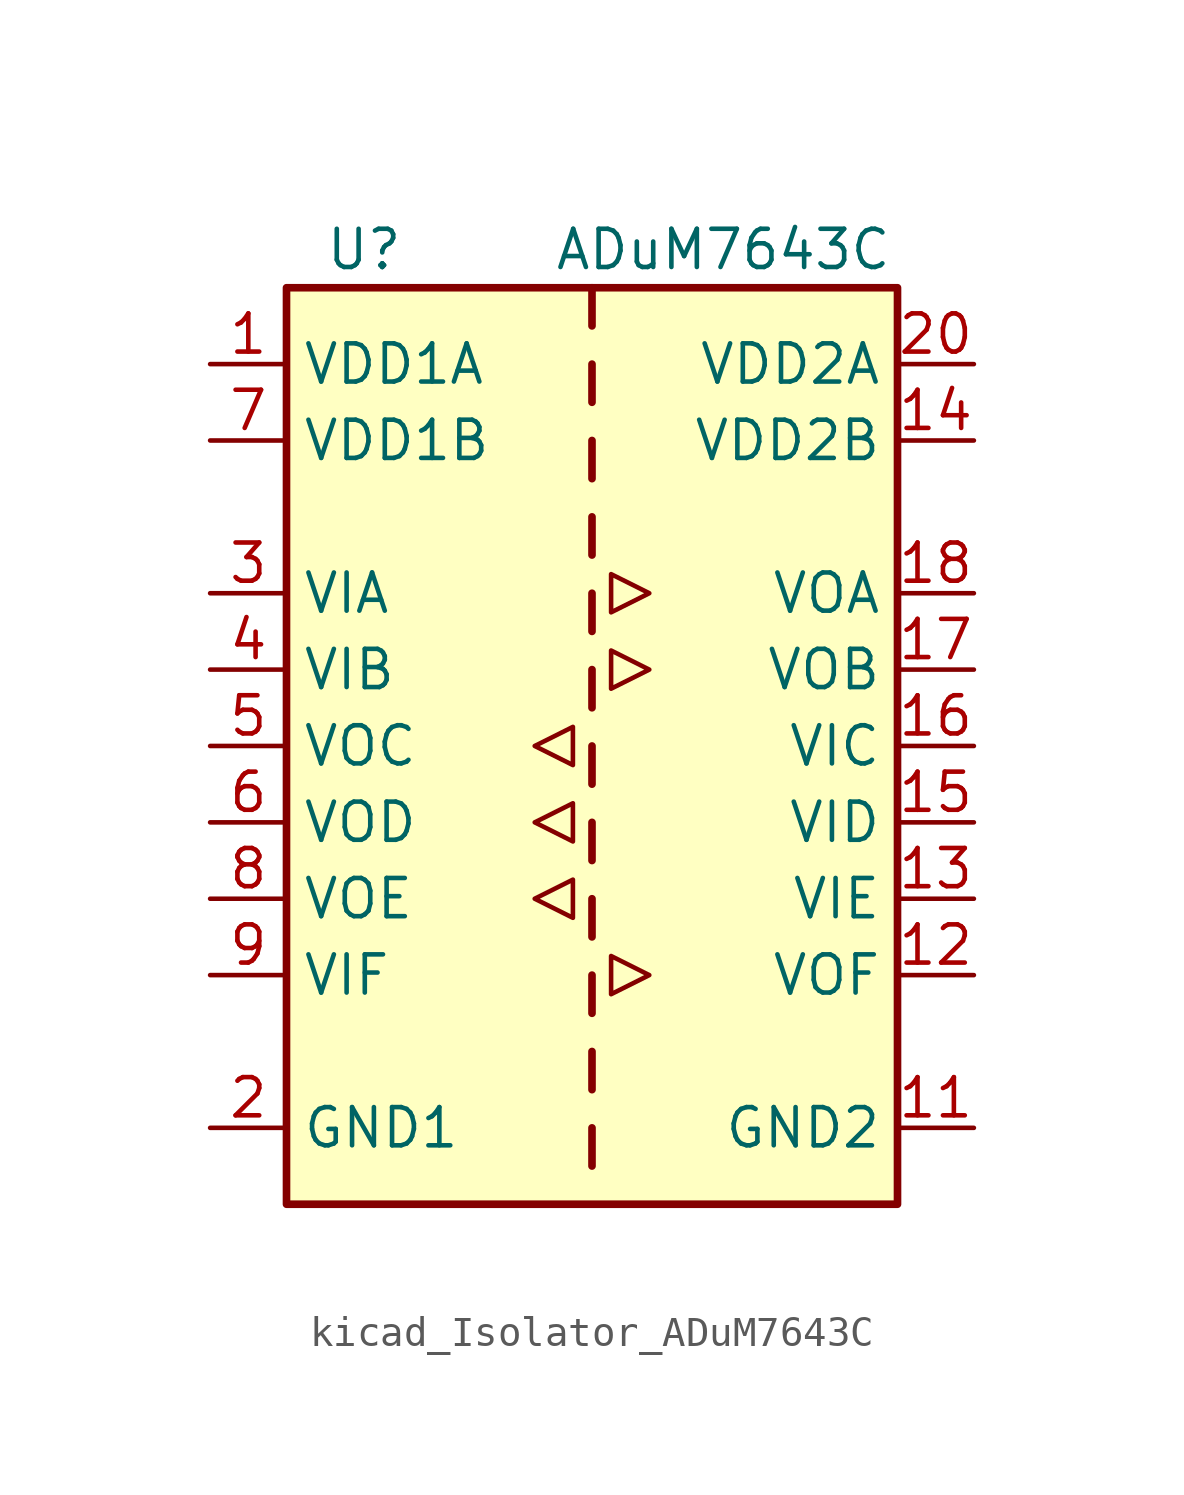
<source format=kicad_sym>
(kicad_symbol_lib
  (version 20220914)
  (generator kicad_symbol_editor)
  (symbol "kicad_Isolator_ADuM7643C"
    (property "Reference" "U"
      (at -8.89 16.51 0)
      (effects (font (size 1.27 1.27)) (justify left)))
    (property "Value" "ADuM7643C"
      (at -1.27 16.51 0)
      (effects (font (size 1.27 1.27)) (justify left)))
    (symbol "kicad_Isolator_ADuM7643C_0_1"
      (polyline (pts (xy -1.905 -5.08) (xy -0.635 -5.715) (xy -0.635 -4.445) (xy -1.905 -5.08)) (stroke (width 0) (type default)) (fill (type none)))
      (polyline (pts (xy -1.905 -2.54) (xy -0.635 -3.175) (xy -0.635 -1.905) (xy -1.905 -2.54)) (stroke (width 0) (type default)) (fill (type none)))
      (polyline (pts (xy -1.905 0) (xy -0.635 -0.635) (xy -0.635 0.635) (xy -1.905 0)) (stroke (width 0) (type default)) (fill (type none)))
      (polyline (pts (xy 0.635 -6.985) (xy 0.635 -8.255) (xy 1.905 -7.62) (xy 0.635 -6.985)) (stroke (width 0) (type default)) (fill (type none)))
      (polyline (pts (xy 0.635 3.175) (xy 0.635 1.905) (xy 1.905 2.54) (xy 0.635 3.175)) (stroke (width 0) (type default)) (fill (type none)))
      (polyline (pts (xy 0.635 5.715) (xy 0.635 4.445) (xy 1.905 5.08) (xy 0.635 5.715)) (stroke (width 0) (type default)) (fill (type none))))
    (symbol "kicad_Isolator_ADuM7643C_1_1"
      (rectangle (start -10.16 15.24) (end 10.16 -15.24) (stroke (width 0.254) (type default)) (fill (type background)))
      (polyline (pts (xy 0 -12.7) (xy 0 -13.97)) (stroke (width 0.254) (type default)) (fill (type none)))
      (polyline (pts (xy 0 -10.16) (xy 0 -11.43)) (stroke (width 0.254) (type default)) (fill (type none)))
      (polyline (pts (xy 0 -7.62) (xy 0 -8.89)) (stroke (width 0.254) (type default)) (fill (type none)))
      (polyline (pts (xy 0 -5.08) (xy 0 -6.35)) (stroke (width 0.254) (type default)) (fill (type none)))
      (polyline (pts (xy 0 -2.54) (xy 0 -3.81)) (stroke (width 0.254) (type default)) (fill (type none)))
      (polyline (pts (xy 0 0) (xy 0 -1.27)) (stroke (width 0.254) (type default)) (fill (type none)))
      (polyline (pts (xy 0 2.54) (xy 0 1.27)) (stroke (width 0.254) (type default)) (fill (type none)))
      (polyline (pts (xy 0 5.08) (xy 0 3.81)) (stroke (width 0.254) (type default)) (fill (type none)))
      (polyline (pts (xy 0 7.62) (xy 0 6.35)) (stroke (width 0.254) (type default)) (fill (type none)))
      (polyline (pts (xy 0 10.16) (xy 0 8.89)) (stroke (width 0.254) (type default)) (fill (type none)))
      (polyline (pts (xy 0 12.7) (xy 0 11.43)) (stroke (width 0.254) (type default)) (fill (type none)))
      (polyline (pts (xy 0 15.24) (xy 0 13.97)) (stroke (width 0.254) (type default)) (fill (type none)))
      (pin power_in line (at -12.7 12.7 0) (length 2.54) (name "VDD1A" (effects (font (size 1.27 1.27)))) (number "1" (effects (font (size 1.27 1.27)))))
      (pin passive line (at -12.7 -12.7 0) (length 2.54) hide (name "GND1" (effects (font (size 1.27 1.27)))) (number "10" (effects (font (size 1.27 1.27)))))
      (pin power_in line (at 12.7 -12.7 180) (length 2.54) (name "GND2" (effects (font (size 1.27 1.27)))) (number "11" (effects (font (size 1.27 1.27)))))
      (pin output line (at 12.7 -7.62 180) (length 2.54) (name "VOF" (effects (font (size 1.27 1.27)))) (number "12" (effects (font (size 1.27 1.27)))))
      (pin input line (at 12.7 -5.08 180) (length 2.54) (name "VIE" (effects (font (size 1.27 1.27)))) (number "13" (effects (font (size 1.27 1.27)))))
      (pin power_in line (at 12.7 10.16 180) (length 2.54) (name "VDD2B" (effects (font (size 1.27 1.27)))) (number "14" (effects (font (size 1.27 1.27)))))
      (pin input line (at 12.7 -2.54 180) (length 2.54) (name "VID" (effects (font (size 1.27 1.27)))) (number "15" (effects (font (size 1.27 1.27)))))
      (pin input line (at 12.7 0 180) (length 2.54) (name "VIC" (effects (font (size 1.27 1.27)))) (number "16" (effects (font (size 1.27 1.27)))))
      (pin output line (at 12.7 2.54 180) (length 2.54) (name "VOB" (effects (font (size 1.27 1.27)))) (number "17" (effects (font (size 1.27 1.27)))))
      (pin output line (at 12.7 5.08 180) (length 2.54) (name "VOA" (effects (font (size 1.27 1.27)))) (number "18" (effects (font (size 1.27 1.27)))))
      (pin passive line (at 12.7 -12.7 180) (length 2.54) hide (name "GND2" (effects (font (size 1.27 1.27)))) (number "19" (effects (font (size 1.27 1.27)))))
      (pin power_in line (at -12.7 -12.7 0) (length 2.54) (name "GND1" (effects (font (size 1.27 1.27)))) (number "2" (effects (font (size 1.27 1.27)))))
      (pin power_in line (at 12.7 12.7 180) (length 2.54) (name "VDD2A" (effects (font (size 1.27 1.27)))) (number "20" (effects (font (size 1.27 1.27)))))
      (pin input line (at -12.7 5.08 0) (length 2.54) (name "VIA" (effects (font (size 1.27 1.27)))) (number "3" (effects (font (size 1.27 1.27)))))
      (pin input line (at -12.7 2.54 0) (length 2.54) (name "VIB" (effects (font (size 1.27 1.27)))) (number "4" (effects (font (size 1.27 1.27)))))
      (pin output line (at -12.7 0 0) (length 2.54) (name "VOC" (effects (font (size 1.27 1.27)))) (number "5" (effects (font (size 1.27 1.27)))))
      (pin output line (at -12.7 -2.54 0) (length 2.54) (name "VOD" (effects (font (size 1.27 1.27)))) (number "6" (effects (font (size 1.27 1.27)))))
      (pin power_in line (at -12.7 10.16 0) (length 2.54) (name "VDD1B" (effects (font (size 1.27 1.27)))) (number "7" (effects (font (size 1.27 1.27)))))
      (pin output line (at -12.7 -5.08 0) (length 2.54) (name "VOE" (effects (font (size 1.27 1.27)))) (number "8" (effects (font (size 1.27 1.27)))))
      (pin input line (at -12.7 -7.62 0) (length 2.54) (name "VIF" (effects (font (size 1.27 1.27)))) (number "9" (effects (font (size 1.27 1.27))))))))
</source>
